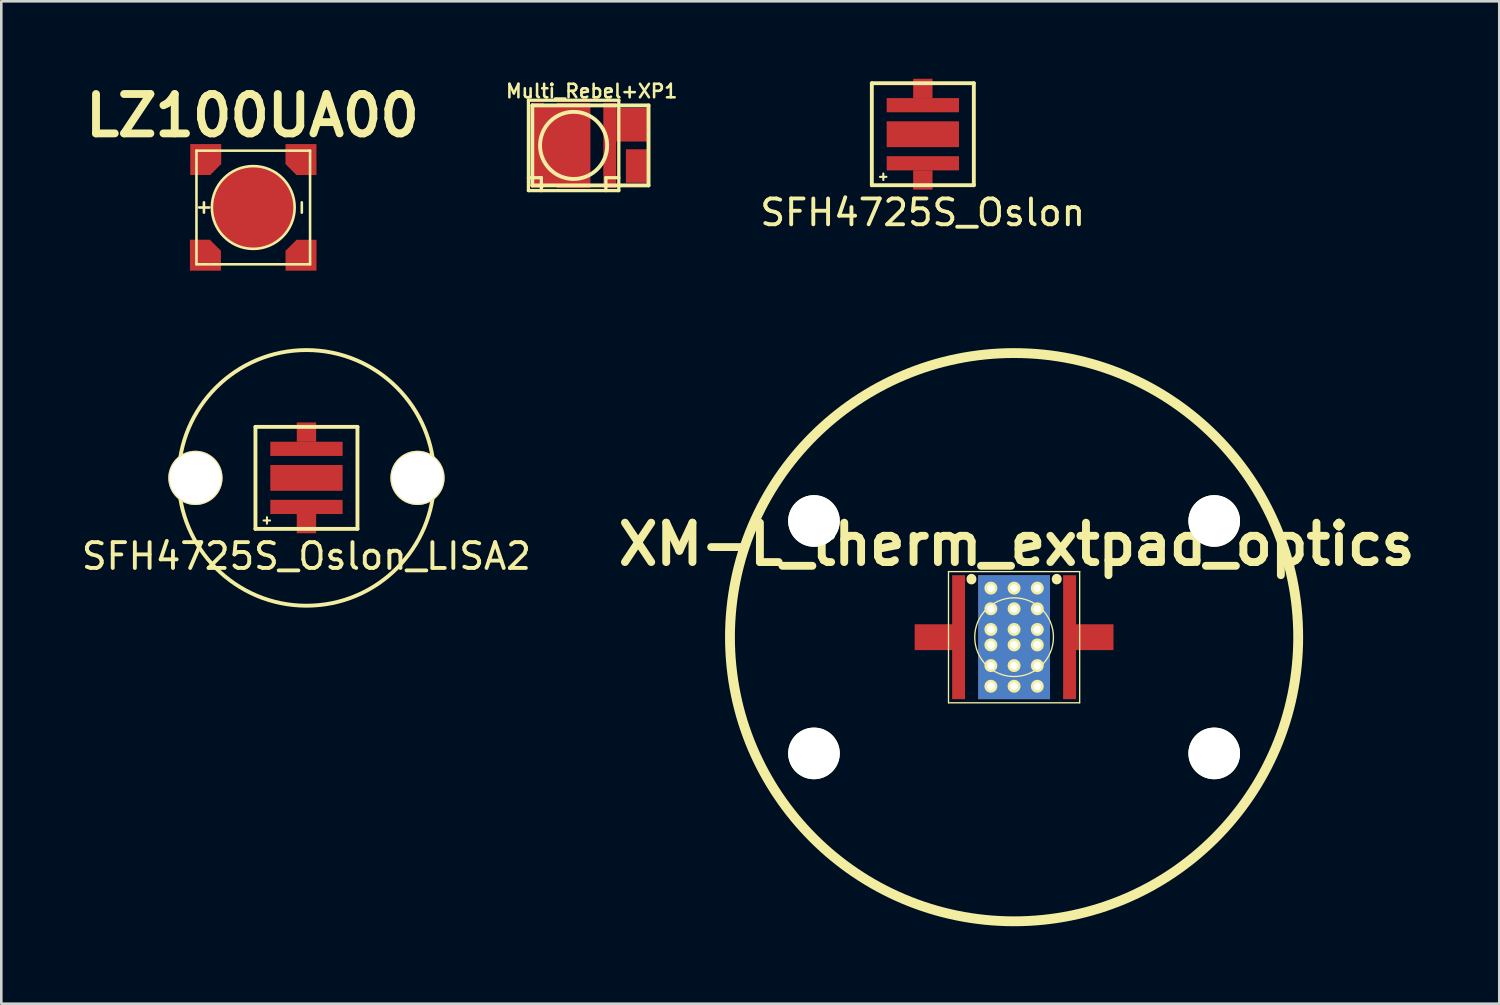
<source format=kicad_pcb>
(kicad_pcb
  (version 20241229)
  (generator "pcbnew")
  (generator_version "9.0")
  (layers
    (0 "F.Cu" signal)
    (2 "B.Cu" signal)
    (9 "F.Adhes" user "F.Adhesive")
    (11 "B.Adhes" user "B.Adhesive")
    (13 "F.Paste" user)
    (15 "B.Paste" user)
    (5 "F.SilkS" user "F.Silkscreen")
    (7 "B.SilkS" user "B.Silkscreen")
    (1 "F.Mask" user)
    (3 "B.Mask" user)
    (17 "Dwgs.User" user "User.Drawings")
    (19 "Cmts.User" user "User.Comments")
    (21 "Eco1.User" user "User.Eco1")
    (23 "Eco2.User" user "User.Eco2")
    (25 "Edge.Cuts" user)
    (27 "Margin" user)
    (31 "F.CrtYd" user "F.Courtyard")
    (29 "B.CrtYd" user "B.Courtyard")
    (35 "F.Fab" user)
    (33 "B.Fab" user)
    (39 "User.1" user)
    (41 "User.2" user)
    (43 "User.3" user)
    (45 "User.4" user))
  (footprint "XM-L_therm_extpad_optics"
    (layer "F.Cu")
    (at 36.222 21.626)
    (property "Reference" "XM-L_therm_extpad_optics" (at 0.099 -3.599 0) (layer "F.SilkS") (effects (font (size 1.524 1.524) (thickness 0.305))))
    (attr smd)
    (fp_line (start -2.54 -2.54) (end 2.54 -2.54) (stroke (width 0.051) (type solid)) (layer "F.SilkS"))
    (fp_line (start -2.54 2.54) (end -2.54 -2.54) (stroke (width 0.051) (type solid)) (layer "F.SilkS"))
    (fp_line (start -1.651 -2.261) (end -1.651 -2.235) (stroke (width 0.381) (type solid)) (layer "F.SilkS"))
    (fp_line (start 1.651 -2.261) (end 1.651 -2.235) (stroke (width 0.381) (type solid)) (layer "F.SilkS"))
    (fp_line (start 2.54 -2.54) (end 2.54 2.54) (stroke (width 0.051) (type solid)) (layer "F.SilkS"))
    (fp_line (start 2.54 2.54) (end -2.54 2.54) (stroke (width 0.051) (type solid)) (layer "F.SilkS"))
    (fp_circle (center 0 0) (end 1.524 0) (stroke (width 0.051) (type solid)) (fill no) (layer "F.SilkS"))
    (fp_circle (center 0 0) (end 11.001 0.201) (stroke (width 0.381) (type solid)) (fill no) (layer "F.SilkS"))
    (pad "" np_thru_hole circle (at -7.75 -4.501) (size 1.999 1.999) (drill 1.999) (layers "*.Cu" "*.Mask" "F.SilkS"))
    (pad "" np_thru_hole circle (at -7.75 4.501) (size 1.999 1.999) (drill 1.999) (layers "*.Cu" "*.Mask" "F.SilkS"))
    (pad "" np_thru_hole circle (at 7.75 -4.501) (size 1.999 1.999) (drill 1.999) (layers "*.Cu" "*.Mask" "F.SilkS"))
    (pad "" np_thru_hole circle (at 7.75 4.501) (size 1.999 1.999) (drill 1.999) (layers "*.Cu" "*.Mask" "F.SilkS"))
    (pad "1" smd rect (at -3.099 0) (size 1.501 1.001) (layers "F.Cu" "F.Mask" "F.Paste"))
    (pad "1" smd rect (at -2.149 0) (size 0.5 4.801) (layers "F.Cu" "F.Mask" "F.Paste"))
    (pad "2" smd rect (at 2.149 0) (size 0.5 4.801) (layers "F.Cu" "F.Mask" "F.Paste"))
    (pad "2" smd rect (at 3.099 0) (size 1.501 1.001) (layers "F.Cu" "F.Mask" "F.Paste"))
    (pad "3" thru_hole circle (at -0.899 -1.9) (size 0.5 0.5) (drill 0.3) (layers "*.Cu" "*.Mask" "F.SilkS"))
    (pad "3" thru_hole circle (at -0.899 -1.1) (size 0.5 0.5) (drill 0.3) (layers "*.Cu" "*.Mask" "F.SilkS"))
    (pad "3" thru_hole circle (at -0.899 -0.3) (size 0.5 0.5) (drill 0.3) (layers "*.Cu" "*.Mask" "F.SilkS"))
    (pad "3" thru_hole circle (at -0.899 0.3) (size 0.5 0.5) (drill 0.3) (layers "*.Cu" "*.Mask" "F.SilkS"))
    (pad "3" thru_hole circle (at -0.899 1.1) (size 0.5 0.5) (drill 0.3) (layers "*.Cu" "*.Mask" "F.SilkS"))
    (pad "3" thru_hole circle (at -0.899 1.9) (size 0.5 0.5) (drill 0.3) (layers "*.Cu" "*.Mask" "F.SilkS"))
    (pad "3" thru_hole circle (at 0 -1.9) (size 0.5 0.5) (drill 0.3) (layers "*.Cu" "*.Mask" "F.SilkS"))
    (pad "3" thru_hole circle (at 0 -1.1) (size 0.5 0.5) (drill 0.3) (layers "*.Cu" "*.Mask" "F.SilkS"))
    (pad "3" thru_hole circle (at 0 -0.3) (size 0.5 0.5) (drill 0.3) (layers "*.Cu" "*.Mask" "F.SilkS"))
    (pad "3" smd rect (at 0 0) (size 2.781 4.801) (layers "*.Cu" "F.Mask" "F.Paste"))
    (pad "3" thru_hole circle (at 0 0.3) (size 0.5 0.5) (drill 0.3) (layers "*.Cu" "*.Mask" "F.SilkS"))
    (pad "3" thru_hole circle (at 0 1.1) (size 0.5 0.5) (drill 0.3) (layers "*.Cu" "*.Mask" "F.SilkS"))
    (pad "3" thru_hole circle (at 0 1.9) (size 0.5 0.5) (drill 0.3) (layers "*.Cu" "*.Mask" "F.SilkS"))
    (pad "3" thru_hole circle (at 0.899 -1.9) (size 0.5 0.5) (drill 0.3) (layers "*.Cu" "*.Mask" "F.SilkS"))
    (pad "3" thru_hole circle (at 0.899 -1.1) (size 0.5 0.5) (drill 0.3) (layers "*.Cu" "*.Mask" "F.SilkS"))
    (pad "3" thru_hole circle (at 0.899 -0.3) (size 0.5 0.5) (drill 0.3) (layers "*.Cu" "*.Mask" "F.SilkS"))
    (pad "3" thru_hole circle (at 0.899 0.3) (size 0.5 0.5) (drill 0.3) (layers "*.Cu" "*.Mask" "F.SilkS"))
    (pad "3" thru_hole circle (at 0.899 1.1) (size 0.5 0.5) (drill 0.3) (layers "*.Cu" "*.Mask" "F.SilkS"))
    (pad "3" thru_hole circle (at 0.899 1.9) (size 0.5 0.5) (drill 0.3) (layers "*.Cu" "*.Mask" "F.SilkS")))
  (footprint "Multi_Rebel+XP1"
    (layer "F.Cu")
    (at 19.164 2.581)
    (property "Reference" "Multi_Rebel+XP1" (at 0.701 -2.101 0) (layer "F.SilkS") (effects (font (size 0.523 0.523) (thickness 0.099))))
    (attr smd)
    (fp_line (start -1.75 -1.75) (end -1.75 1.75) (stroke (width 0.127) (type solid)) (layer "F.SilkS"))
    (fp_line (start -1.75 1.25) (end -1.25 1.25) (stroke (width 0.127) (type solid)) (layer "F.SilkS"))
    (fp_line (start -1.75 1.75) (end 1.75 1.75) (stroke (width 0.127) (type solid)) (layer "F.SilkS"))
    (fp_line (start -1.6 -1.549) (end -1.6 1.549) (stroke (width 0.15) (type solid)) (layer "F.SilkS"))
    (fp_line (start -1.6 1.549) (end 2.901 1.549) (stroke (width 0.15) (type solid)) (layer "F.SilkS"))
    (fp_line (start -1.25 1.25) (end -1.25 1.75) (stroke (width 0.127) (type solid)) (layer "F.SilkS"))
    (fp_line (start 1.25 1.25) (end 1.75 1.25) (stroke (width 0.127) (type solid)) (layer "F.SilkS"))
    (fp_line (start 1.25 1.75) (end 1.25 1.25) (stroke (width 0.127) (type solid)) (layer "F.SilkS"))
    (fp_line (start 1.75 -1.75) (end -1.75 -1.75) (stroke (width 0.127) (type solid)) (layer "F.SilkS"))
    (fp_line (start 1.75 1.75) (end 1.75 -1.75) (stroke (width 0.127) (type solid)) (layer "F.SilkS"))
    (fp_line (start 2.901 -1.549) (end -1.6 -1.549) (stroke (width 0.15) (type solid)) (layer "F.SilkS"))
    (fp_line (start 2.901 1.549) (end 2.901 -1.549) (stroke (width 0.15) (type solid)) (layer "F.SilkS"))
    (fp_circle (center 0 0) (end 0 -1.3) (stroke (width 0.15) (type solid)) (fill no) (layer "F.SilkS"))
    (pad "1" smd rect (at 1.4 0) (size 0.5 3.299) (layers "F.Cu" "F.Mask" "F.Paste"))
    (pad "1" smd rect (at 1.849 -0.8) (size 0.399 1.3) (layers "F.Cu"))
    (pad "1" smd rect (at 2.474 -0.8) (size 0.899 1.3) (layers "F.Cu" "F.Mask" "F.Paste"))
    (pad "2" smd rect (at -1.4 0) (size 0.5 3.299) (layers "F.Cu" "F.Mask" "F.Paste"))
    (pad "2" smd rect (at -0.899 0) (size 0.599 3) (layers "F.Cu" "F.Mask" "F.Paste"))
    (pad "2" smd rect (at 0 0) (size 1.3 3.299) (layers "F.Cu" "F.Mask" "F.Paste"))
    (pad "2" smd rect (at 2.474 0.8) (size 0.899 1.3) (layers "F.Cu" "F.Mask" "F.Paste")))
  (footprint "SFH4725S_Oslon_LISA2"
    (layer "F.Cu")
    (at 8.818 15.457)
    (property "Reference" "SFH4725S_Oslon_LISA2" (at -0.003 3.033 0) (layer "F.SilkS") (effects (font (size 1 1) (thickness 0.15))))
    (attr through_hole)
    (fp_line (start -1.975 1.975) (end -1.975 -1.975) (stroke (width 0.15) (type solid)) (layer "F.SilkS"))
    (fp_line (start -1.66 1.65) (end -1.41 1.65) (stroke (width 0.08) (type solid)) (layer "F.SilkS"))
    (fp_line (start -1.53 1.523) (end -1.53 1.773) (stroke (width 0.08) (type solid)) (layer "F.SilkS"))
    (fp_line (start 1.975 -1.975) (end -1.975 -1.975) (stroke (width 0.15) (type solid)) (layer "F.SilkS"))
    (fp_line (start 1.975 1.975) (end -1.975 1.975) (stroke (width 0.15) (type solid)) (layer "F.SilkS"))
    (fp_line (start 1.975 1.975) (end 1.975 -1.975) (stroke (width 0.15) (type solid)) (layer "F.SilkS"))
    (fp_circle (center 0 0) (end 4.95 0) (stroke (width 0.15) (type solid)) (fill no) (layer "F.SilkS"))
    (pad "" np_thru_hole circle (at -4.3 0) (size 2.1 2.1) (drill 2) (layers "*.Cu" "*.Mask" "F.SilkS"))
    (pad "" np_thru_hole circle (at 4.3 0) (size 2.1 2.1) (drill 2) (layers "*.Cu" "*.Mask" "F.SilkS"))
    (pad "1" smd rect (at 0 0) (size 2.8 1) (layers "F.Cu" "F.Mask" "F.Paste"))
    (pad "1" smd rect (at 0 1.125) (size 2.8 0.55) (layers "F.Cu" "F.Mask" "F.Paste"))
    (pad "1" smd rect (at 0 1.77) (size 0.75 0.75) (layers "F.Cu" "F.Mask" "F.Paste"))
    (pad "2" smd rect (at 0 -1.773) (size 0.75 0.75) (layers "F.Cu" "F.Mask" "F.Paste"))
    (pad "2" smd rect (at 0 -1.125) (size 2.8 0.55) (layers "F.Cu" "F.Mask" "F.Paste")))
  (footprint "SFH4725S_Oslon"
    (layer "F.Cu")
    (at 32.688 2.148)
    (property "Reference" "SFH4725S_Oslon" (at -0.003 3.033 0) (layer "F.SilkS") (effects (font (size 1 1) (thickness 0.15))))
    (attr through_hole)
    (fp_line (start -1.975 1.975) (end -1.975 -1.975) (stroke (width 0.15) (type solid)) (layer "F.SilkS"))
    (fp_line (start -1.66 1.65) (end -1.41 1.65) (stroke (width 0.08) (type solid)) (layer "F.SilkS"))
    (fp_line (start -1.53 1.523) (end -1.53 1.773) (stroke (width 0.08) (type solid)) (layer "F.SilkS"))
    (fp_line (start 1.975 -1.975) (end -1.975 -1.975) (stroke (width 0.15) (type solid)) (layer "F.SilkS"))
    (fp_line (start 1.975 1.975) (end -1.975 1.975) (stroke (width 0.15) (type solid)) (layer "F.SilkS"))
    (fp_line (start 1.975 1.975) (end 1.975 -1.975) (stroke (width 0.15) (type solid)) (layer "F.SilkS"))
    (pad "1" smd rect (at 0 0) (size 2.8 1) (layers "F.Cu" "F.Mask" "F.Paste"))
    (pad "1" smd rect (at 0 1.125) (size 2.8 0.55) (layers "F.Cu" "F.Mask" "F.Paste"))
    (pad "1" smd rect (at 0 1.77) (size 0.75 0.75) (layers "F.Cu" "F.Mask" "F.Paste"))
    (pad "2" smd rect (at 0 -1.773) (size 0.75 0.75) (layers "F.Cu" "F.Mask" "F.Paste"))
    (pad "2" smd rect (at 0 -1.125) (size 2.8 0.55) (layers "F.Cu" "F.Mask" "F.Paste")))
  (footprint "LZ100UA00"
    (layer "F.Cu")
    (at 6.758 4.985)
    (property "Reference" "LZ100UA00" (at -0.03 -3.559 0) (layer "F.SilkS") (effects (font (size 1.524 1.524) (thickness 0.305))))
    (attr smd)
    (fp_line (start -2.2 -2.2) (end 2.2 -2.2) (stroke (width 0.1) (type solid)) (layer "F.SilkS"))
    (fp_line (start -2.2 2.2) (end -2.2 -2.2) (stroke (width 0.1) (type solid)) (layer "F.SilkS"))
    (fp_line (start -1.91 -0.2) (end -1.91 0.2) (stroke (width 0.1) (type solid)) (layer "F.SilkS"))
    (fp_line (start -1.7 0) (end -2.1 0) (stroke (width 0.1) (type solid)) (layer "F.SilkS"))
    (fp_line (start 1.88 -0.2) (end 1.88 0.2) (stroke (width 0.1) (type solid)) (layer "F.SilkS"))
    (fp_line (start 2.2 -2.2) (end 2.2 2.2) (stroke (width 0.1) (type solid)) (layer "F.SilkS"))
    (fp_line (start 2.2 2.2) (end -2.2 2.2) (stroke (width 0.1) (type solid)) (layer "F.SilkS"))
    (fp_circle (center 0 0) (end 1.6 -0.102) (stroke (width 0.1) (type solid)) (fill no) (layer "F.SilkS"))
    (pad "1" smd rect (at 1.582 -1.595 45) (size 0.35 0.605) (layers "F.Cu" "F.Mask" "F.Paste"))
    (pad "1" smd rect (at 1.587 1.587 45) (size 0.605 0.35) (layers "F.Cu" "F.Mask" "F.Paste"))
    (pad "1" smd rect (at 1.847 -2.07) (size 1.2 0.77) (layers "F.Cu" "F.Mask" "F.Paste"))
    (pad "1" smd rect (at 1.849 2.062) (size 1.2 0.77) (layers "F.Cu" "F.Mask" "F.Paste"))
    (pad "1" smd rect (at 2.06 -1.481) (size 0.775 0.45) (layers "F.Cu" "F.Mask" "F.Paste"))
    (pad "1" smd rect (at 2.062 1.476) (size 0.775 0.45) (layers "F.Cu" "F.Mask" "F.Paste"))
    (pad "2" smd rect (at -2.065 1.473) (size 0.775 0.45) (layers "F.Cu" "F.Mask" "F.Paste"))
    (pad "2" smd rect (at -2.052 -1.483) (size 0.775 0.45) (layers "F.Cu" "F.Mask" "F.Paste"))
    (pad "2" smd rect (at -1.852 2.062) (size 1.2 0.77) (layers "F.Cu" "F.Mask" "F.Paste"))
    (pad "2" smd rect (at -1.84 -2.07) (size 1.2 0.77) (layers "F.Cu" "F.Mask" "F.Paste"))
    (pad "2" smd rect (at -1.59 1.587 315) (size 0.605 0.35) (layers "F.Cu" "F.Mask" "F.Paste"))
    (pad "2" smd rect (at -1.577 -1.595 45) (size 0.605 0.35) (layers "F.Cu" "F.Mask" "F.Paste"))
    (pad "3" smd circle (at 0 0) (size 3.2 3.2) (layers "F.Cu" "F.Mask" "F.Paste")))
  (gr_rect
    (start -3 -3)
    (end 55.011 35.819)
    (stroke (width 0.1) (type default))
    (fill no)
    (layer "Edge.Cuts")))
</source>
